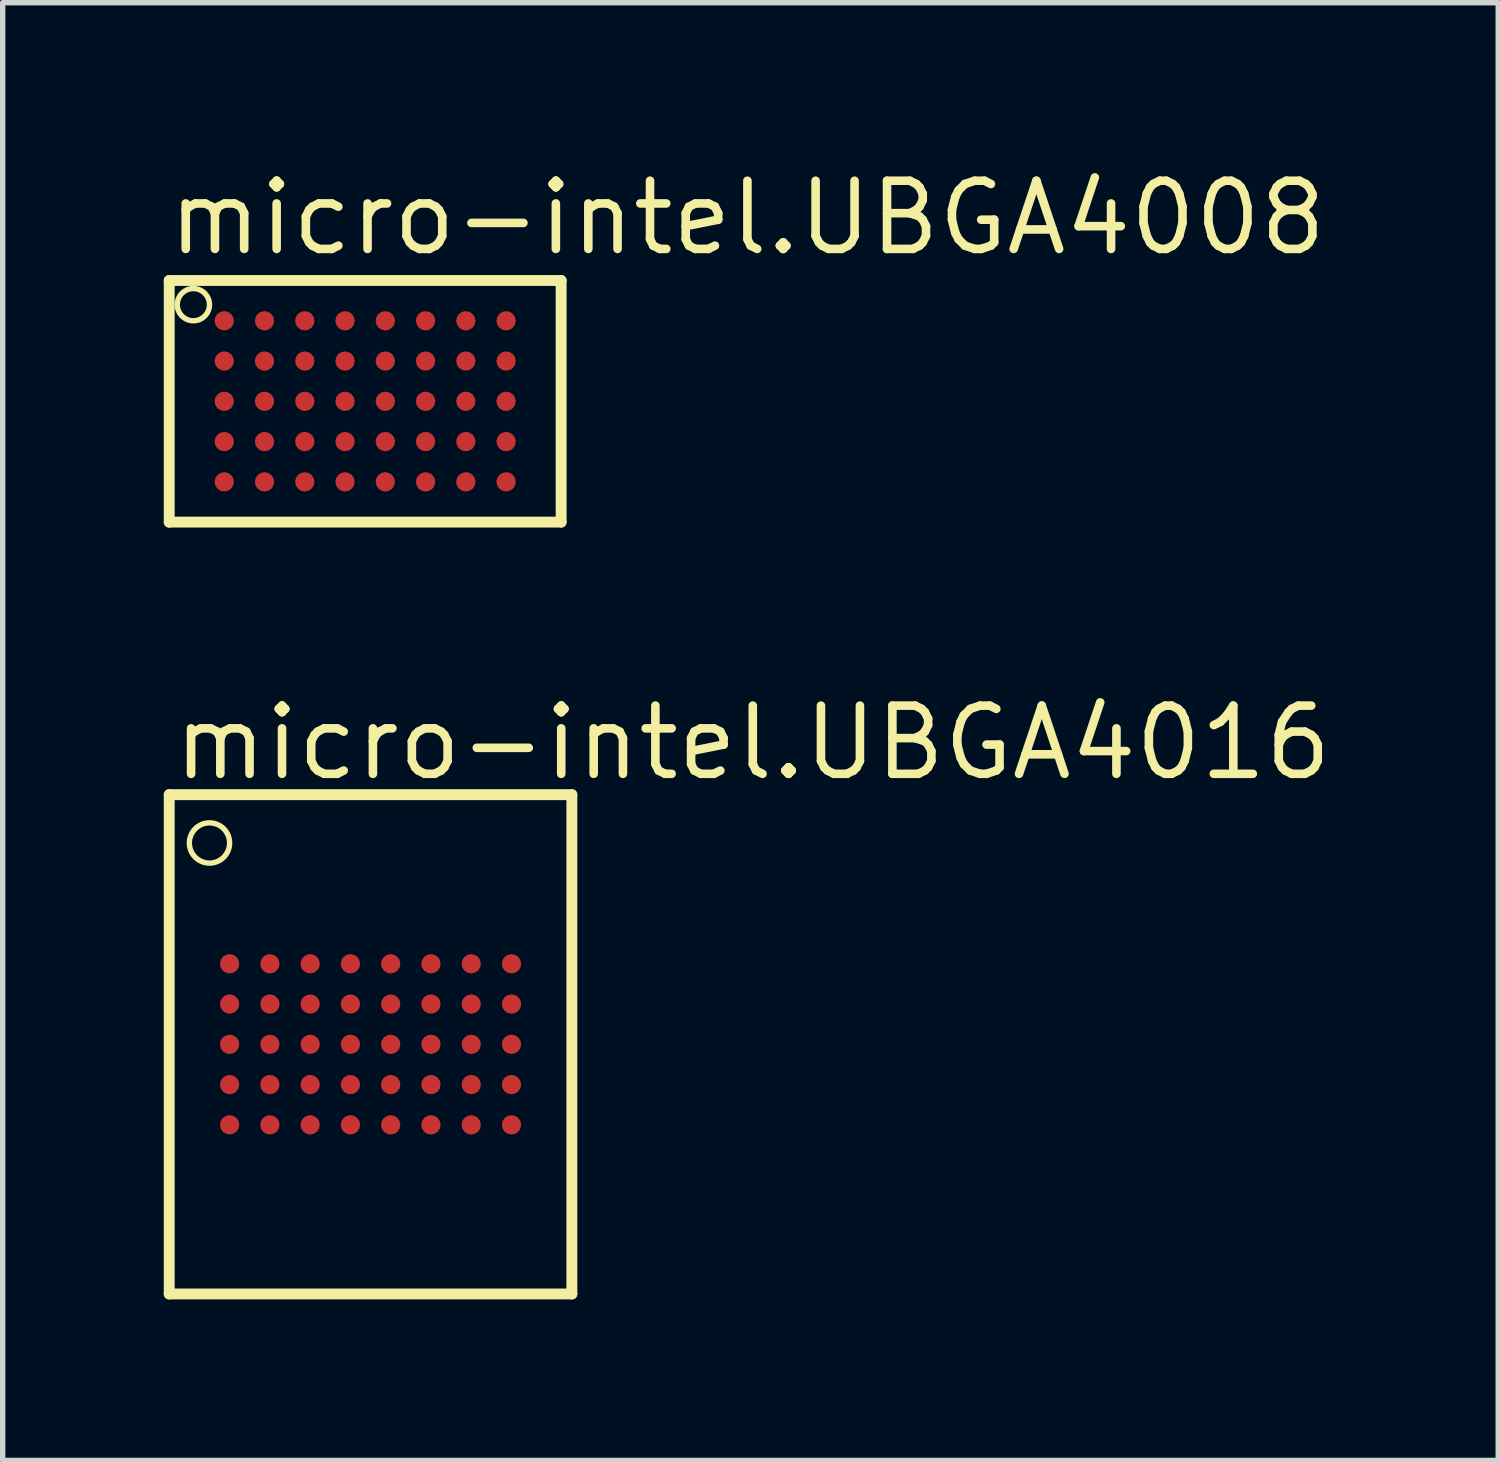
<source format=kicad_pcb>
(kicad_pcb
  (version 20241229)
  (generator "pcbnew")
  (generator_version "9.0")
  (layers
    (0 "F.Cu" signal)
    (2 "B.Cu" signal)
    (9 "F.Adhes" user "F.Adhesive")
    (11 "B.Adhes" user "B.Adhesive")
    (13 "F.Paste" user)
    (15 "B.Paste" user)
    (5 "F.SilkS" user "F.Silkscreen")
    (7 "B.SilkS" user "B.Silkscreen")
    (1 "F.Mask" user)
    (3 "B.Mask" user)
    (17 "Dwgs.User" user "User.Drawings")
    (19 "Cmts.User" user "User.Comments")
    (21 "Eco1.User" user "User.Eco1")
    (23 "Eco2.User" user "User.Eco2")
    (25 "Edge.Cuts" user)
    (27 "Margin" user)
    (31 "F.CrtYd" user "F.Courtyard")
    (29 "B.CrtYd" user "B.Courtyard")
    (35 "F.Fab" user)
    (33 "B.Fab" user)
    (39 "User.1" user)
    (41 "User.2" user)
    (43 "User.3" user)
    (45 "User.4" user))
  (footprint "micro-intel.UBGA4008"
    (layer "F.Cu")
    (at 3.752 4.425)
    (property "Reference" "micro-intel.UBGA4008" (at -3.75 -2.675 0) (layer "F.SilkS") (effects (font (size 1.27 1.27) (thickness 0.16)) (justify left bottom)))
    (attr smd)
    (fp_line (start -3.65 -2.25) (end -3.65 2.25) (stroke (width 0.203) (type default)) (layer "F.SilkS"))
    (fp_line (start -3.65 2.25) (end 3.65 2.25) (stroke (width 0.203) (type default)) (layer "F.SilkS"))
    (fp_line (start 3.65 -2.25) (end -3.65 -2.25) (stroke (width 0.203) (type default)) (layer "F.SilkS"))
    (fp_line (start 3.65 2.25) (end 3.65 -2.25) (stroke (width 0.203) (type default)) (layer "F.SilkS"))
    (fp_circle (center -3.2 -1.8) (end -2.9 -1.8) (stroke (width 0.1) (type default)) (fill no) (layer "F.SilkS"))
    (pad "A1" smd roundrect (at -2.625 -1.5) (size 0.36 0.36) (layers "F.Cu" "F.Mask" "F.Paste") (roundrect_rratio 0.5))
    (pad "A2" smd roundrect (at -1.875 -1.5) (size 0.36 0.36) (layers "F.Cu" "F.Mask" "F.Paste") (roundrect_rratio 0.5))
    (pad "A3" smd roundrect (at -1.125 -1.5) (size 0.36 0.36) (layers "F.Cu" "F.Mask" "F.Paste") (roundrect_rratio 0.5))
    (pad "A4" smd roundrect (at -0.375 -1.5) (size 0.36 0.36) (layers "F.Cu" "F.Mask" "F.Paste") (roundrect_rratio 0.5))
    (pad "A5" smd roundrect (at 0.375 -1.5) (size 0.36 0.36) (layers "F.Cu" "F.Mask" "F.Paste") (roundrect_rratio 0.5))
    (pad "A6" smd roundrect (at 1.125 -1.5) (size 0.36 0.36) (layers "F.Cu" "F.Mask" "F.Paste") (roundrect_rratio 0.5))
    (pad "A7" smd roundrect (at 1.875 -1.5) (size 0.36 0.36) (layers "F.Cu" "F.Mask" "F.Paste") (roundrect_rratio 0.5))
    (pad "A8" smd roundrect (at 2.625 -1.5) (size 0.36 0.36) (layers "F.Cu" "F.Mask" "F.Paste") (roundrect_rratio 0.5))
    (pad "B1" smd roundrect (at -2.625 -0.75) (size 0.36 0.36) (layers "F.Cu" "F.Mask" "F.Paste") (roundrect_rratio 0.5))
    (pad "B2" smd roundrect (at -1.875 -0.75) (size 0.36 0.36) (layers "F.Cu" "F.Mask" "F.Paste") (roundrect_rratio 0.5))
    (pad "B3" smd roundrect (at -1.125 -0.75) (size 0.36 0.36) (layers "F.Cu" "F.Mask" "F.Paste") (roundrect_rratio 0.5))
    (pad "B4" smd roundrect (at -0.375 -0.75) (size 0.36 0.36) (layers "F.Cu" "F.Mask" "F.Paste") (roundrect_rratio 0.5))
    (pad "B5" smd roundrect (at 0.375 -0.75) (size 0.36 0.36) (layers "F.Cu" "F.Mask" "F.Paste") (roundrect_rratio 0.5))
    (pad "B6" smd roundrect (at 1.125 -0.75) (size 0.36 0.36) (layers "F.Cu" "F.Mask" "F.Paste") (roundrect_rratio 0.5))
    (pad "B7" smd roundrect (at 1.875 -0.75) (size 0.36 0.36) (layers "F.Cu" "F.Mask" "F.Paste") (roundrect_rratio 0.5))
    (pad "B8" smd roundrect (at 2.625 -0.75) (size 0.36 0.36) (layers "F.Cu" "F.Mask" "F.Paste") (roundrect_rratio 0.5))
    (pad "C1" smd roundrect (at -2.625 0) (size 0.36 0.36) (layers "F.Cu" "F.Mask" "F.Paste") (roundrect_rratio 0.5))
    (pad "C2" smd roundrect (at -1.875 0) (size 0.36 0.36) (layers "F.Cu" "F.Mask" "F.Paste") (roundrect_rratio 0.5))
    (pad "C3" smd roundrect (at -1.125 0) (size 0.36 0.36) (layers "F.Cu" "F.Mask" "F.Paste") (roundrect_rratio 0.5))
    (pad "C4" smd roundrect (at -0.375 0) (size 0.36 0.36) (layers "F.Cu" "F.Mask" "F.Paste") (roundrect_rratio 0.5))
    (pad "C5" smd roundrect (at 0.375 0) (size 0.36 0.36) (layers "F.Cu" "F.Mask" "F.Paste") (roundrect_rratio 0.5))
    (pad "C6" smd roundrect (at 1.125 0) (size 0.36 0.36) (layers "F.Cu" "F.Mask" "F.Paste") (roundrect_rratio 0.5))
    (pad "C7" smd roundrect (at 1.875 0) (size 0.36 0.36) (layers "F.Cu" "F.Mask" "F.Paste") (roundrect_rratio 0.5))
    (pad "C8" smd roundrect (at 2.625 0) (size 0.36 0.36) (layers "F.Cu" "F.Mask" "F.Paste") (roundrect_rratio 0.5))
    (pad "D1" smd roundrect (at -2.625 0.75) (size 0.36 0.36) (layers "F.Cu" "F.Mask" "F.Paste") (roundrect_rratio 0.5))
    (pad "D2" smd roundrect (at -1.875 0.75) (size 0.36 0.36) (layers "F.Cu" "F.Mask" "F.Paste") (roundrect_rratio 0.5))
    (pad "D3" smd roundrect (at -1.125 0.75) (size 0.36 0.36) (layers "F.Cu" "F.Mask" "F.Paste") (roundrect_rratio 0.5))
    (pad "D4" smd roundrect (at -0.375 0.75) (size 0.36 0.36) (layers "F.Cu" "F.Mask" "F.Paste") (roundrect_rratio 0.5))
    (pad "D5" smd roundrect (at 0.375 0.75) (size 0.36 0.36) (layers "F.Cu" "F.Mask" "F.Paste") (roundrect_rratio 0.5))
    (pad "D6" smd roundrect (at 1.125 0.75) (size 0.36 0.36) (layers "F.Cu" "F.Mask" "F.Paste") (roundrect_rratio 0.5))
    (pad "D7" smd roundrect (at 1.875 0.75) (size 0.36 0.36) (layers "F.Cu" "F.Mask" "F.Paste") (roundrect_rratio 0.5))
    (pad "D8" smd roundrect (at 2.625 0.75) (size 0.36 0.36) (layers "F.Cu" "F.Mask" "F.Paste") (roundrect_rratio 0.5))
    (pad "E1" smd roundrect (at -2.625 1.5) (size 0.36 0.36) (layers "F.Cu" "F.Mask" "F.Paste") (roundrect_rratio 0.5))
    (pad "E2" smd roundrect (at -1.875 1.5) (size 0.36 0.36) (layers "F.Cu" "F.Mask" "F.Paste") (roundrect_rratio 0.5))
    (pad "E3" smd roundrect (at -1.125 1.5) (size 0.36 0.36) (layers "F.Cu" "F.Mask" "F.Paste") (roundrect_rratio 0.5))
    (pad "E4" smd roundrect (at -0.375 1.5) (size 0.36 0.36) (layers "F.Cu" "F.Mask" "F.Paste") (roundrect_rratio 0.5))
    (pad "E5" smd roundrect (at 0.375 1.5) (size 0.36 0.36) (layers "F.Cu" "F.Mask" "F.Paste") (roundrect_rratio 0.5))
    (pad "E6" smd roundrect (at 1.125 1.5) (size 0.36 0.36) (layers "F.Cu" "F.Mask" "F.Paste") (roundrect_rratio 0.5))
    (pad "E7" smd roundrect (at 1.875 1.5) (size 0.36 0.36) (layers "F.Cu" "F.Mask" "F.Paste") (roundrect_rratio 0.5))
    (pad "E8" smd roundrect (at 2.625 1.5) (size 0.36 0.36) (layers "F.Cu" "F.Mask" "F.Paste") (roundrect_rratio 0.5)))
  (footprint "micro-intel.UBGA4016"
    (layer "F.Cu")
    (at 3.852 16.402)
    (property "Reference" "micro-intel.UBGA4016" (at -3.75 -4.875 0) (layer "F.SilkS") (effects (font (size 1.27 1.27) (thickness 0.16)) (justify left bottom)))
    (attr smd)
    (fp_line (start -3.75 -4.65) (end -3.75 4.65) (stroke (width 0.203) (type default)) (layer "F.SilkS"))
    (fp_line (start -3.75 4.65) (end 3.75 4.65) (stroke (width 0.203) (type default)) (layer "F.SilkS"))
    (fp_line (start 3.75 -4.65) (end -3.75 -4.65) (stroke (width 0.203) (type default)) (layer "F.SilkS"))
    (fp_line (start 3.75 4.65) (end 3.75 -4.65) (stroke (width 0.203) (type default)) (layer "F.SilkS"))
    (fp_circle (center -3 -3.75) (end -2.625 -3.75) (stroke (width 0.1) (type default)) (fill no) (layer "F.SilkS"))
    (pad "A1" smd roundrect (at -2.625 -1.5) (size 0.36 0.36) (layers "F.Cu" "F.Mask" "F.Paste") (roundrect_rratio 0.5))
    (pad "A2" smd roundrect (at -1.875 -1.5) (size 0.36 0.36) (layers "F.Cu" "F.Mask" "F.Paste") (roundrect_rratio 0.5))
    (pad "A3" smd roundrect (at -1.125 -1.5) (size 0.36 0.36) (layers "F.Cu" "F.Mask" "F.Paste") (roundrect_rratio 0.5))
    (pad "A4" smd roundrect (at -0.375 -1.5) (size 0.36 0.36) (layers "F.Cu" "F.Mask" "F.Paste") (roundrect_rratio 0.5))
    (pad "A5" smd roundrect (at 0.375 -1.5) (size 0.36 0.36) (layers "F.Cu" "F.Mask" "F.Paste") (roundrect_rratio 0.5))
    (pad "A6" smd roundrect (at 1.125 -1.5) (size 0.36 0.36) (layers "F.Cu" "F.Mask" "F.Paste") (roundrect_rratio 0.5))
    (pad "A7" smd roundrect (at 1.875 -1.5) (size 0.36 0.36) (layers "F.Cu" "F.Mask" "F.Paste") (roundrect_rratio 0.5))
    (pad "A8" smd roundrect (at 2.625 -1.5) (size 0.36 0.36) (layers "F.Cu" "F.Mask" "F.Paste") (roundrect_rratio 0.5))
    (pad "B1" smd roundrect (at -2.625 -0.75) (size 0.36 0.36) (layers "F.Cu" "F.Mask" "F.Paste") (roundrect_rratio 0.5))
    (pad "B2" smd roundrect (at -1.875 -0.75) (size 0.36 0.36) (layers "F.Cu" "F.Mask" "F.Paste") (roundrect_rratio 0.5))
    (pad "B3" smd roundrect (at -1.125 -0.75) (size 0.36 0.36) (layers "F.Cu" "F.Mask" "F.Paste") (roundrect_rratio 0.5))
    (pad "B4" smd roundrect (at -0.375 -0.75) (size 0.36 0.36) (layers "F.Cu" "F.Mask" "F.Paste") (roundrect_rratio 0.5))
    (pad "B5" smd roundrect (at 0.375 -0.75) (size 0.36 0.36) (layers "F.Cu" "F.Mask" "F.Paste") (roundrect_rratio 0.5))
    (pad "B6" smd roundrect (at 1.125 -0.75) (size 0.36 0.36) (layers "F.Cu" "F.Mask" "F.Paste") (roundrect_rratio 0.5))
    (pad "B7" smd roundrect (at 1.875 -0.75) (size 0.36 0.36) (layers "F.Cu" "F.Mask" "F.Paste") (roundrect_rratio 0.5))
    (pad "B8" smd roundrect (at 2.625 -0.75) (size 0.36 0.36) (layers "F.Cu" "F.Mask" "F.Paste") (roundrect_rratio 0.5))
    (pad "C1" smd roundrect (at -2.625 0) (size 0.36 0.36) (layers "F.Cu" "F.Mask" "F.Paste") (roundrect_rratio 0.5))
    (pad "C2" smd roundrect (at -1.875 0) (size 0.36 0.36) (layers "F.Cu" "F.Mask" "F.Paste") (roundrect_rratio 0.5))
    (pad "C3" smd roundrect (at -1.125 0) (size 0.36 0.36) (layers "F.Cu" "F.Mask" "F.Paste") (roundrect_rratio 0.5))
    (pad "C4" smd roundrect (at -0.375 0) (size 0.36 0.36) (layers "F.Cu" "F.Mask" "F.Paste") (roundrect_rratio 0.5))
    (pad "C5" smd roundrect (at 0.375 0) (size 0.36 0.36) (layers "F.Cu" "F.Mask" "F.Paste") (roundrect_rratio 0.5))
    (pad "C6" smd roundrect (at 1.125 0) (size 0.36 0.36) (layers "F.Cu" "F.Mask" "F.Paste") (roundrect_rratio 0.5))
    (pad "C7" smd roundrect (at 1.875 0) (size 0.36 0.36) (layers "F.Cu" "F.Mask" "F.Paste") (roundrect_rratio 0.5))
    (pad "C8" smd roundrect (at 2.625 0) (size 0.36 0.36) (layers "F.Cu" "F.Mask" "F.Paste") (roundrect_rratio 0.5))
    (pad "D1" smd roundrect (at -2.625 0.75) (size 0.36 0.36) (layers "F.Cu" "F.Mask" "F.Paste") (roundrect_rratio 0.5))
    (pad "D2" smd roundrect (at -1.875 0.75) (size 0.36 0.36) (layers "F.Cu" "F.Mask" "F.Paste") (roundrect_rratio 0.5))
    (pad "D3" smd roundrect (at -1.125 0.75) (size 0.36 0.36) (layers "F.Cu" "F.Mask" "F.Paste") (roundrect_rratio 0.5))
    (pad "D4" smd roundrect (at -0.375 0.75) (size 0.36 0.36) (layers "F.Cu" "F.Mask" "F.Paste") (roundrect_rratio 0.5))
    (pad "D5" smd roundrect (at 0.375 0.75) (size 0.36 0.36) (layers "F.Cu" "F.Mask" "F.Paste") (roundrect_rratio 0.5))
    (pad "D6" smd roundrect (at 1.125 0.75) (size 0.36 0.36) (layers "F.Cu" "F.Mask" "F.Paste") (roundrect_rratio 0.5))
    (pad "D7" smd roundrect (at 1.875 0.75) (size 0.36 0.36) (layers "F.Cu" "F.Mask" "F.Paste") (roundrect_rratio 0.5))
    (pad "D8" smd roundrect (at 2.625 0.75) (size 0.36 0.36) (layers "F.Cu" "F.Mask" "F.Paste") (roundrect_rratio 0.5))
    (pad "E1" smd roundrect (at -2.625 1.5) (size 0.36 0.36) (layers "F.Cu" "F.Mask" "F.Paste") (roundrect_rratio 0.5))
    (pad "E2" smd roundrect (at -1.875 1.5) (size 0.36 0.36) (layers "F.Cu" "F.Mask" "F.Paste") (roundrect_rratio 0.5))
    (pad "E3" smd roundrect (at -1.125 1.5) (size 0.36 0.36) (layers "F.Cu" "F.Mask" "F.Paste") (roundrect_rratio 0.5))
    (pad "E4" smd roundrect (at -0.375 1.5) (size 0.36 0.36) (layers "F.Cu" "F.Mask" "F.Paste") (roundrect_rratio 0.5))
    (pad "E5" smd roundrect (at 0.375 1.5) (size 0.36 0.36) (layers "F.Cu" "F.Mask" "F.Paste") (roundrect_rratio 0.5))
    (pad "E6" smd roundrect (at 1.125 1.5) (size 0.36 0.36) (layers "F.Cu" "F.Mask" "F.Paste") (roundrect_rratio 0.5))
    (pad "E7" smd roundrect (at 1.875 1.5) (size 0.36 0.36) (layers "F.Cu" "F.Mask" "F.Paste") (roundrect_rratio 0.5))
    (pad "E8" smd roundrect (at 2.625 1.5) (size 0.36 0.36) (layers "F.Cu" "F.Mask" "F.Paste") (roundrect_rratio 0.5)))
  (gr_rect
    (start -3 -3)
    (end 24.857 24.153)
    (stroke (width 0.1) (type default))
    (fill no)
    (layer "Edge.Cuts")))
</source>
